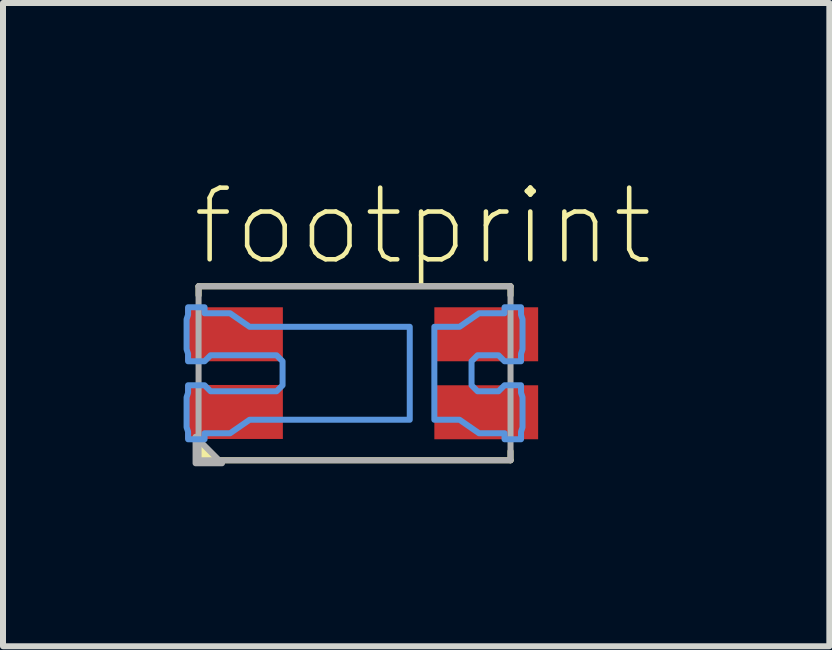
<source format=kicad_pcb>
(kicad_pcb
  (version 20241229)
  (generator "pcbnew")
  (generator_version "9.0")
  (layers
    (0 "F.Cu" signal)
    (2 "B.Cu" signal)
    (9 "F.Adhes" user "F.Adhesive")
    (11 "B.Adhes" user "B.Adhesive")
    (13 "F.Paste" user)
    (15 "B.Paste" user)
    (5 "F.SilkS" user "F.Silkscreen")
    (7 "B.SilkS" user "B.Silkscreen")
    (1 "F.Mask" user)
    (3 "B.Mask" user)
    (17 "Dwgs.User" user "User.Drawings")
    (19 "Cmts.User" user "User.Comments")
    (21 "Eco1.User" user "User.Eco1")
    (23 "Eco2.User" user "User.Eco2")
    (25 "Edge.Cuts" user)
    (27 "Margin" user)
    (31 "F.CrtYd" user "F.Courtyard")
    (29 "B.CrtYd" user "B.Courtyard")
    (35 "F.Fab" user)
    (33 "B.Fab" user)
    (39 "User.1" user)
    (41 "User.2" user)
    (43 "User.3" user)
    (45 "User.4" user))
  (footprint "footprint"
    (layer "F.Cu")
    (at 2.86 3.172)
    (property "Reference" "footprint" (at -2.75 -1.75 0) (layer "F.SilkS") (effects (font (size 1.194 1.194) (thickness 0.076)) (justify left bottom)))
    (fp_poly (pts (xy -2.86 -0.175) (xy -1.165 -0.175) (xy -1.165 -1.125) (xy -2.86 -1.125)) (stroke (width 0) (type solid)) (fill yes) (layer "F.Mask"))
    (fp_poly (pts (xy -2.86 1.125) (xy -1.165 1.125) (xy -1.165 0.165) (xy -2.86 0.165)) (stroke (width 0) (type solid)) (fill yes) (layer "F.Mask"))
    (fp_poly (pts (xy 1.3 -0.175) (xy 3.09 -0.175) (xy 3.09 -1.125) (xy 1.3 -1.125)) (stroke (width 0) (type solid)) (fill yes) (layer "F.Mask"))
    (fp_poly (pts (xy 1.3 1.125) (xy 3.09 1.125) (xy 3.09 0.175) (xy 1.3 0.175)) (stroke (width 0) (type solid)) (fill yes) (layer "F.Mask"))
    (fp_line (start -2.6 -1.45) (end -2.6 -1.3) (stroke (width 0.1) (type solid)) (layer "F.SilkS"))
    (fp_line (start -2.6 1.45) (end 2.6 1.45) (stroke (width 0.1) (type solid)) (layer "F.SilkS"))
    (fp_line (start 2.6 -1.45) (end -2.6 -1.45) (stroke (width 0.1) (type solid)) (layer "F.SilkS"))
    (fp_line (start 2.6 -1.3) (end 2.6 -1.45) (stroke (width 0.1) (type solid)) (layer "F.SilkS"))
    (fp_line (start 2.6 1.45) (end 2.6 1.3) (stroke (width 0.1) (type solid)) (layer "F.SilkS"))
    (fp_poly (pts (xy -2.209 1.5) (xy -2.65 1.5) (xy -2.65 1.059)) (stroke (width 0) (type solid)) (fill yes) (layer "F.SilkS"))
    (fp_poly (pts (xy -2.5 -1) (xy -2.075 -1) (xy -1.75 -0.775) (xy 0.92 -0.775) (xy 0.92 0.775) (xy -1.75 0.775) (xy -2.075 1) (xy -2.5 1) (xy -2.5 1.1) (xy -2.775 1.1) (xy -2.775 0.975) (xy -2.8 0.9) (xy -2.8 0.4) (xy -2.775 0.325) (xy -2.775 0.2) (xy -2.5 0.2) (xy -2.4 0.3) (xy -1.3 0.3) (xy -1.2 0.2) (xy -1.2 -0.2) (xy -1.3 -0.3) (xy -2.4 -0.3) (xy -2.5 -0.2) (xy -2.775 -0.2) (xy -2.775 -0.325) (xy -2.8 -0.4) (xy -2.8 -0.9) (xy -2.775 -0.975) (xy -2.775 -1.1) (xy -2.5 -1.1)) (stroke (width 0.1) (type solid)) (fill no) (layer "Cmts.User"))
    (fp_poly (pts (xy 2.775 -0.975) (xy 2.8 -0.9) (xy 2.8 -0.4) (xy 2.775 -0.325) (xy 2.775 -0.2) (xy 2.5 -0.2) (xy 2.4 -0.3) (xy 2.05 -0.3) (xy 1.95 -0.2) (xy 1.95 0.2) (xy 2.05 0.3) (xy 2.4 0.3) (xy 2.5 0.2) (xy 2.775 0.2) (xy 2.775 0.325) (xy 2.8 0.4) (xy 2.8 0.9) (xy 2.775 0.975) (xy 2.775 1.1) (xy 2.5 1.1) (xy 2.5 1) (xy 2.075 1) (xy 1.75 0.775) (xy 1.33 0.775) (xy 1.33 -0.775) (xy 1.75 -0.775) (xy 2.075 -1) (xy 2.5 -1) (xy 2.5 -1.1) (xy 2.775 -1.1)) (stroke (width 0.1) (type solid)) (fill no) (layer "Cmts.User"))
    (fp_line (start -2.6 -1.45) (end -2.6 1.45) (stroke (width 0.1) (type solid)) (layer "F.Fab"))
    (fp_line (start -2.6 1.45) (end 2.6 1.45) (stroke (width 0.1) (type solid)) (layer "F.Fab"))
    (fp_line (start 2.6 -1.45) (end -2.6 -1.45) (stroke (width 0.1) (type solid)) (layer "F.Fab"))
    (fp_line (start 2.6 1.45) (end 2.6 -1.45) (stroke (width 0.1) (type solid)) (layer "F.Fab"))
    (fp_poly (pts (xy -2.209 1.5) (xy -2.65 1.5) (xy -2.65 1.059)) (stroke (width 0.1) (type solid)) (fill no) (layer "F.Fab"))
    (pad "1" smd rect (at -2.01 -0.65) (size 1.63 0.9) (layers "F.Cu" "F.Paste"))
    (pad "2" smd rect (at 2.195 -0.65) (size 1.73 0.9) (layers "F.Cu" "F.Paste"))
    (pad "3" smd rect (at -2.01 0.645) (size 1.63 0.9) (layers "F.Cu" "F.Paste"))
    (pad "4" smd rect (at 2.195 0.65) (size 1.73 0.9) (layers "F.Cu" "F.Paste")))
  (gr_rect
    (start -3 -3)
    (end 10.774 7.722)
    (stroke (width 0.1) (type default))
    (fill no)
    (layer "Edge.Cuts")))
</source>
